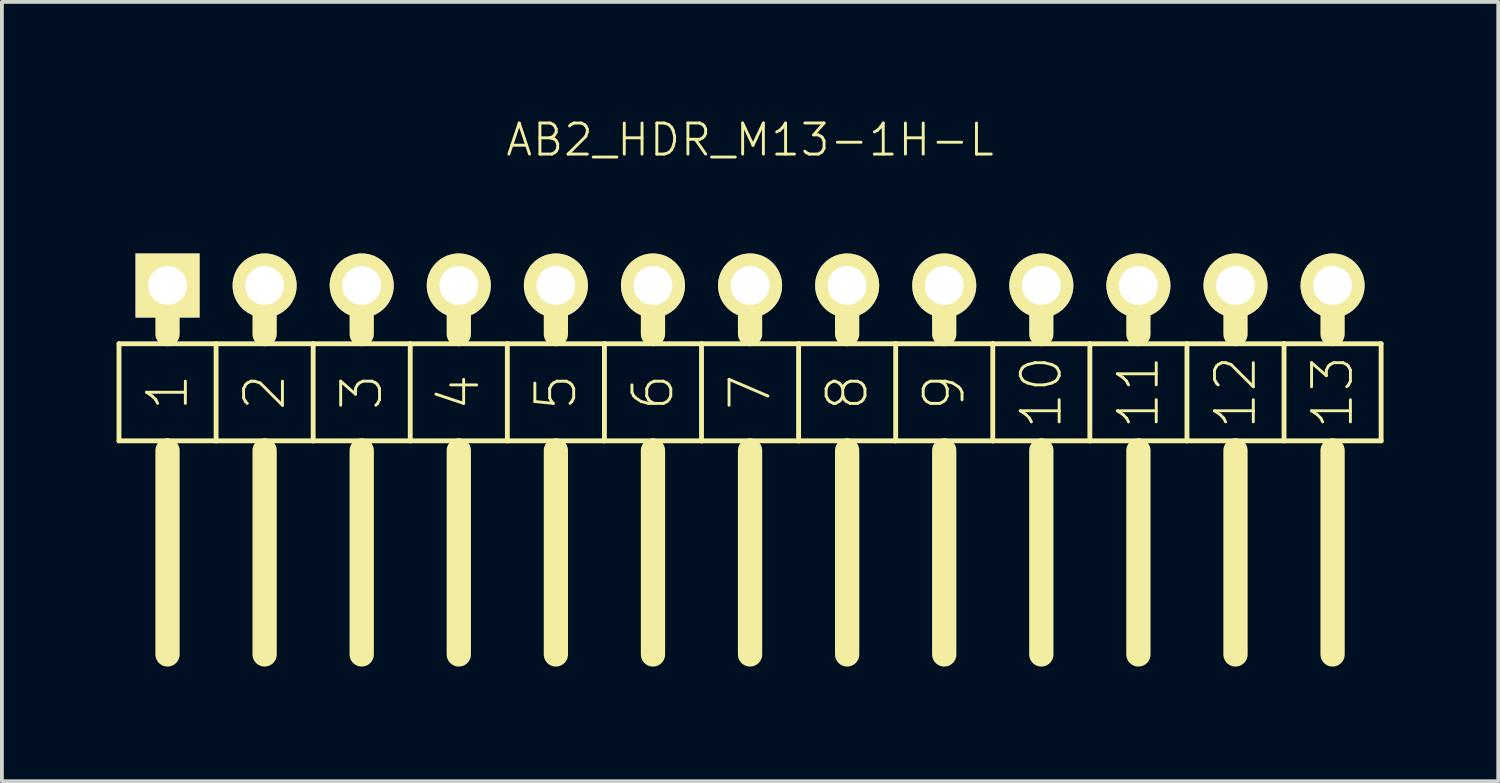
<source format=kicad_pcb>
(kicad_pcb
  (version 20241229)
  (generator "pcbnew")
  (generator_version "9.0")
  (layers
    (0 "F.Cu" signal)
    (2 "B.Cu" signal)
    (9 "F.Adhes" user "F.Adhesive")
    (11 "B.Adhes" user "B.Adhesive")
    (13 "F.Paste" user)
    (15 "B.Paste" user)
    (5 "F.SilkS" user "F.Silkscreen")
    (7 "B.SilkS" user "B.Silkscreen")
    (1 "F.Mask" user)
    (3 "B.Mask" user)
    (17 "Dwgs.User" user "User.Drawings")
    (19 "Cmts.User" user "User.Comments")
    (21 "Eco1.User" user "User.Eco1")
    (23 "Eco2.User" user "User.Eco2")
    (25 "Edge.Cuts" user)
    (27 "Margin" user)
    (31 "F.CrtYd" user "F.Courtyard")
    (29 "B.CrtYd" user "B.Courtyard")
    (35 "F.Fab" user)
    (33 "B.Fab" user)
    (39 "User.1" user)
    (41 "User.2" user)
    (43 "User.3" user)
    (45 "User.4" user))
  (footprint "AB2_HDR_M13-1H-L"
    (layer "F.Cu")
    (at 16.573 4.419)
    (property "Reference" "AB2_HDR_M13-1H-L" (at 0 -3.81 0) (layer "F.SilkS") (effects (font (size 0.813 0.813) (thickness 0.076))))
    (attr through_hole)
    (fp_line (start -16.51 1.524) (end -16.51 4.064) (stroke (width 0.127) (type solid)) (layer "F.SilkS"))
    (fp_line (start -16.51 4.064) (end -15.24 4.064) (stroke (width 0.127) (type solid)) (layer "F.SilkS"))
    (fp_line (start -15.24 0) (end -15.24 1.27) (stroke (width 0.635) (type solid)) (layer "F.SilkS"))
    (fp_line (start -15.24 1.524) (end -16.51 1.524) (stroke (width 0.127) (type solid)) (layer "F.SilkS"))
    (fp_line (start -15.24 4.064) (end -13.97 4.064) (stroke (width 0.127) (type solid)) (layer "F.SilkS"))
    (fp_line (start -15.24 4.318) (end -15.24 9.652) (stroke (width 0.635) (type solid)) (layer "F.SilkS"))
    (fp_line (start -13.97 1.524) (end -15.24 1.524) (stroke (width 0.127) (type solid)) (layer "F.SilkS"))
    (fp_line (start -13.97 4.064) (end -13.97 1.524) (stroke (width 0.127) (type solid)) (layer "F.SilkS"))
    (fp_line (start -13.97 4.064) (end -12.7 4.064) (stroke (width 0.127) (type solid)) (layer "F.SilkS"))
    (fp_line (start -12.7 0) (end -12.7 1.27) (stroke (width 0.635) (type solid)) (layer "F.SilkS"))
    (fp_line (start -12.7 1.524) (end -13.97 1.524) (stroke (width 0.127) (type solid)) (layer "F.SilkS"))
    (fp_line (start -12.7 4.064) (end -11.43 4.064) (stroke (width 0.127) (type solid)) (layer "F.SilkS"))
    (fp_line (start -12.7 4.318) (end -12.7 9.652) (stroke (width 0.635) (type solid)) (layer "F.SilkS"))
    (fp_line (start -11.43 1.524) (end -12.7 1.524) (stroke (width 0.127) (type solid)) (layer "F.SilkS"))
    (fp_line (start -11.43 4.064) (end -11.43 1.524) (stroke (width 0.127) (type solid)) (layer "F.SilkS"))
    (fp_line (start -11.43 4.064) (end -10.16 4.064) (stroke (width 0.127) (type solid)) (layer "F.SilkS"))
    (fp_line (start -10.16 0) (end -10.16 1.27) (stroke (width 0.635) (type solid)) (layer "F.SilkS"))
    (fp_line (start -10.16 1.524) (end -11.43 1.524) (stroke (width 0.127) (type solid)) (layer "F.SilkS"))
    (fp_line (start -10.16 4.064) (end -8.89 4.064) (stroke (width 0.127) (type solid)) (layer "F.SilkS"))
    (fp_line (start -10.16 4.318) (end -10.16 9.652) (stroke (width 0.635) (type solid)) (layer "F.SilkS"))
    (fp_line (start -8.89 1.524) (end -10.16 1.524) (stroke (width 0.127) (type solid)) (layer "F.SilkS"))
    (fp_line (start -8.89 4.064) (end -8.89 1.524) (stroke (width 0.127) (type solid)) (layer "F.SilkS"))
    (fp_line (start -8.89 4.064) (end -7.62 4.064) (stroke (width 0.127) (type solid)) (layer "F.SilkS"))
    (fp_line (start -7.62 0) (end -7.62 1.27) (stroke (width 0.635) (type solid)) (layer "F.SilkS"))
    (fp_line (start -7.62 1.524) (end -8.89 1.524) (stroke (width 0.127) (type solid)) (layer "F.SilkS"))
    (fp_line (start -7.62 4.064) (end -6.35 4.064) (stroke (width 0.127) (type solid)) (layer "F.SilkS"))
    (fp_line (start -7.62 4.318) (end -7.62 9.652) (stroke (width 0.635) (type solid)) (layer "F.SilkS"))
    (fp_line (start -6.35 1.524) (end -7.62 1.524) (stroke (width 0.127) (type solid)) (layer "F.SilkS"))
    (fp_line (start -6.35 4.064) (end -6.35 1.524) (stroke (width 0.127) (type solid)) (layer "F.SilkS"))
    (fp_line (start -6.35 4.064) (end -5.08 4.064) (stroke (width 0.127) (type solid)) (layer "F.SilkS"))
    (fp_line (start -5.08 0) (end -5.08 1.27) (stroke (width 0.635) (type solid)) (layer "F.SilkS"))
    (fp_line (start -5.08 1.524) (end -6.35 1.524) (stroke (width 0.127) (type solid)) (layer "F.SilkS"))
    (fp_line (start -5.08 4.064) (end -3.81 4.064) (stroke (width 0.127) (type solid)) (layer "F.SilkS"))
    (fp_line (start -5.08 4.318) (end -5.08 9.652) (stroke (width 0.635) (type solid)) (layer "F.SilkS"))
    (fp_line (start -3.81 1.524) (end -5.08 1.524) (stroke (width 0.127) (type solid)) (layer "F.SilkS"))
    (fp_line (start -3.81 4.064) (end -3.81 1.524) (stroke (width 0.127) (type solid)) (layer "F.SilkS"))
    (fp_line (start -3.81 4.064) (end -2.54 4.064) (stroke (width 0.127) (type solid)) (layer "F.SilkS"))
    (fp_line (start -2.54 0) (end -2.54 1.27) (stroke (width 0.635) (type solid)) (layer "F.SilkS"))
    (fp_line (start -2.54 1.524) (end -3.81 1.524) (stroke (width 0.127) (type solid)) (layer "F.SilkS"))
    (fp_line (start -2.54 4.064) (end -1.27 4.064) (stroke (width 0.127) (type solid)) (layer "F.SilkS"))
    (fp_line (start -2.54 4.318) (end -2.54 9.652) (stroke (width 0.635) (type solid)) (layer "F.SilkS"))
    (fp_line (start -1.27 1.524) (end -2.54 1.524) (stroke (width 0.127) (type solid)) (layer "F.SilkS"))
    (fp_line (start -1.27 4.064) (end -1.27 1.524) (stroke (width 0.127) (type solid)) (layer "F.SilkS"))
    (fp_line (start -1.27 4.064) (end 0 4.064) (stroke (width 0.127) (type solid)) (layer "F.SilkS"))
    (fp_line (start 0 0) (end 0 1.27) (stroke (width 0.635) (type solid)) (layer "F.SilkS"))
    (fp_line (start 0 1.524) (end -1.27 1.524) (stroke (width 0.127) (type solid)) (layer "F.SilkS"))
    (fp_line (start 0 4.064) (end 1.27 4.064) (stroke (width 0.127) (type solid)) (layer "F.SilkS"))
    (fp_line (start 0 4.318) (end 0 9.652) (stroke (width 0.635) (type solid)) (layer "F.SilkS"))
    (fp_line (start 1.27 1.524) (end 0 1.524) (stroke (width 0.127) (type solid)) (layer "F.SilkS"))
    (fp_line (start 1.27 4.064) (end 1.27 1.524) (stroke (width 0.127) (type solid)) (layer "F.SilkS"))
    (fp_line (start 1.27 4.064) (end 2.54 4.064) (stroke (width 0.127) (type solid)) (layer "F.SilkS"))
    (fp_line (start 2.54 0) (end 2.54 1.27) (stroke (width 0.635) (type solid)) (layer "F.SilkS"))
    (fp_line (start 2.54 1.524) (end 1.27 1.524) (stroke (width 0.127) (type solid)) (layer "F.SilkS"))
    (fp_line (start 2.54 4.064) (end 3.81 4.064) (stroke (width 0.127) (type solid)) (layer "F.SilkS"))
    (fp_line (start 2.54 4.318) (end 2.54 9.652) (stroke (width 0.635) (type solid)) (layer "F.SilkS"))
    (fp_line (start 3.81 1.524) (end 2.54 1.524) (stroke (width 0.127) (type solid)) (layer "F.SilkS"))
    (fp_line (start 3.81 4.064) (end 3.81 1.524) (stroke (width 0.127) (type solid)) (layer "F.SilkS"))
    (fp_line (start 3.81 4.064) (end 5.08 4.064) (stroke (width 0.127) (type solid)) (layer "F.SilkS"))
    (fp_line (start 5.08 0) (end 5.08 1.27) (stroke (width 0.635) (type solid)) (layer "F.SilkS"))
    (fp_line (start 5.08 1.524) (end 3.81 1.524) (stroke (width 0.127) (type solid)) (layer "F.SilkS"))
    (fp_line (start 5.08 4.064) (end 6.35 4.064) (stroke (width 0.127) (type solid)) (layer "F.SilkS"))
    (fp_line (start 5.08 4.318) (end 5.08 9.652) (stroke (width 0.635) (type solid)) (layer "F.SilkS"))
    (fp_line (start 6.35 1.524) (end 5.08 1.524) (stroke (width 0.127) (type solid)) (layer "F.SilkS"))
    (fp_line (start 6.35 4.064) (end 6.35 1.524) (stroke (width 0.127) (type solid)) (layer "F.SilkS"))
    (fp_line (start 6.35 4.064) (end 7.62 4.064) (stroke (width 0.127) (type solid)) (layer "F.SilkS"))
    (fp_line (start 7.62 0) (end 7.62 1.27) (stroke (width 0.635) (type solid)) (layer "F.SilkS"))
    (fp_line (start 7.62 1.524) (end 6.35 1.524) (stroke (width 0.127) (type solid)) (layer "F.SilkS"))
    (fp_line (start 7.62 4.064) (end 8.89 4.064) (stroke (width 0.127) (type solid)) (layer "F.SilkS"))
    (fp_line (start 7.62 4.318) (end 7.62 9.652) (stroke (width 0.635) (type solid)) (layer "F.SilkS"))
    (fp_line (start 8.89 1.524) (end 7.62 1.524) (stroke (width 0.127) (type solid)) (layer "F.SilkS"))
    (fp_line (start 8.89 4.064) (end 8.89 1.524) (stroke (width 0.127) (type solid)) (layer "F.SilkS"))
    (fp_line (start 8.89 4.064) (end 10.16 4.064) (stroke (width 0.127) (type solid)) (layer "F.SilkS"))
    (fp_line (start 10.16 0) (end 10.16 1.27) (stroke (width 0.635) (type solid)) (layer "F.SilkS"))
    (fp_line (start 10.16 1.524) (end 8.89 1.524) (stroke (width 0.127) (type solid)) (layer "F.SilkS"))
    (fp_line (start 10.16 4.064) (end 11.43 4.064) (stroke (width 0.127) (type solid)) (layer "F.SilkS"))
    (fp_line (start 10.16 4.318) (end 10.16 9.652) (stroke (width 0.635) (type solid)) (layer "F.SilkS"))
    (fp_line (start 11.43 1.524) (end 10.16 1.524) (stroke (width 0.127) (type solid)) (layer "F.SilkS"))
    (fp_line (start 11.43 4.064) (end 11.43 1.524) (stroke (width 0.127) (type solid)) (layer "F.SilkS"))
    (fp_line (start 11.43 4.064) (end 12.7 4.064) (stroke (width 0.127) (type solid)) (layer "F.SilkS"))
    (fp_line (start 12.7 0) (end 12.7 1.27) (stroke (width 0.635) (type solid)) (layer "F.SilkS"))
    (fp_line (start 12.7 1.524) (end 11.43 1.524) (stroke (width 0.127) (type solid)) (layer "F.SilkS"))
    (fp_line (start 12.7 4.064) (end 13.97 4.064) (stroke (width 0.127) (type solid)) (layer "F.SilkS"))
    (fp_line (start 12.7 4.318) (end 12.7 9.652) (stroke (width 0.635) (type solid)) (layer "F.SilkS"))
    (fp_line (start 13.97 1.524) (end 12.7 1.524) (stroke (width 0.127) (type solid)) (layer "F.SilkS"))
    (fp_line (start 13.97 4.064) (end 13.97 1.524) (stroke (width 0.127) (type solid)) (layer "F.SilkS"))
    (fp_line (start 13.97 4.064) (end 15.24 4.064) (stroke (width 0.127) (type solid)) (layer "F.SilkS"))
    (fp_line (start 15.24 0) (end 15.24 1.27) (stroke (width 0.635) (type solid)) (layer "F.SilkS"))
    (fp_line (start 15.24 1.524) (end 13.97 1.524) (stroke (width 0.127) (type solid)) (layer "F.SilkS"))
    (fp_line (start 15.24 4.064) (end 16.51 4.064) (stroke (width 0.127) (type solid)) (layer "F.SilkS"))
    (fp_line (start 15.24 4.318) (end 15.24 9.652) (stroke (width 0.635) (type solid)) (layer "F.SilkS"))
    (fp_line (start 16.51 1.524) (end 15.24 1.524) (stroke (width 0.127) (type solid)) (layer "F.SilkS"))
    (fp_line (start 16.51 4.064) (end 16.51 1.524) (stroke (width 0.127) (type solid)) (layer "F.SilkS"))
    (fp_text user "13" (at 15.24 2.794 90) (layer "F.SilkS") (effects (font (size 1.016 1.016) (thickness 0.076))))
    (fp_text user "11" (at 10.16 2.794 90) (layer "F.SilkS") (effects (font (size 1.016 1.016) (thickness 0.076))))
    (fp_text user "9" (at 5.08 2.794 90) (layer "F.SilkS") (effects (font (size 1.016 1.016) (thickness 0.076))))
    (fp_text user "5" (at -5.08 2.794 90) (layer "F.SilkS") (effects (font (size 1.016 1.016) (thickness 0.076))))
    (fp_text user "6" (at -2.54 2.794 90) (layer "F.SilkS") (effects (font (size 1.016 1.016) (thickness 0.076))))
    (fp_text user "1" (at -15.24 2.794 90) (layer "F.SilkS") (effects (font (size 1.016 1.016) (thickness 0.076))))
    (fp_text user "3" (at -10.16 2.794 90) (layer "F.SilkS") (effects (font (size 1.016 1.016) (thickness 0.076))))
    (fp_text user "7" (at 0 2.794 90) (layer "F.SilkS") (effects (font (size 1.016 1.016) (thickness 0.076))))
    (fp_text user "12" (at 12.7 2.794 90) (layer "F.SilkS") (effects (font (size 1.016 1.016) (thickness 0.076))))
    (fp_text user "8" (at 2.54 2.794 90) (layer "F.SilkS") (effects (font (size 1.016 1.016) (thickness 0.076))))
    (fp_text user "10" (at 7.62 2.794 90) (layer "F.SilkS") (effects (font (size 1.016 1.016) (thickness 0.076))))
    (fp_text user "2" (at -12.7 2.794 90) (layer "F.SilkS") (effects (font (size 1.016 1.016) (thickness 0.076))))
    (fp_text user "4" (at -7.62 2.794 90) (layer "F.SilkS") (effects (font (size 1.016 1.016) (thickness 0.076))))
    (pad "1" thru_hole rect (at -15.24 0) (size 1.676 1.676) (drill 1.016) (layers "*.Cu" "*.Mask" "F.SilkS"))
    (pad "2" thru_hole circle (at -12.7 0) (size 1.676 1.676) (drill 1.016) (layers "*.Cu" "*.Mask" "F.SilkS"))
    (pad "3" thru_hole circle (at -10.16 0) (size 1.676 1.676) (drill 1.016) (layers "*.Cu" "*.Mask" "F.SilkS"))
    (pad "4" thru_hole circle (at -7.62 0) (size 1.676 1.676) (drill 1.016) (layers "*.Cu" "*.Mask" "F.SilkS"))
    (pad "5" thru_hole circle (at -5.08 0) (size 1.676 1.676) (drill 1.016) (layers "*.Cu" "*.Mask" "F.SilkS"))
    (pad "6" thru_hole circle (at -2.54 0) (size 1.676 1.676) (drill 1.016) (layers "*.Cu" "*.Mask" "F.SilkS"))
    (pad "7" thru_hole circle (at 0 0) (size 1.676 1.676) (drill 1.016) (layers "*.Cu" "*.Mask" "F.SilkS"))
    (pad "8" thru_hole circle (at 2.54 0) (size 1.676 1.676) (drill 1.016) (layers "*.Cu" "*.Mask" "F.SilkS"))
    (pad "9" thru_hole circle (at 5.08 0) (size 1.676 1.676) (drill 1.016) (layers "*.Cu" "*.Mask" "F.SilkS"))
    (pad "10" thru_hole circle (at 7.62 0) (size 1.676 1.676) (drill 1.016) (layers "*.Cu" "*.Mask" "F.SilkS"))
    (pad "11" thru_hole circle (at 10.16 0) (size 1.676 1.676) (drill 1.016) (layers "*.Cu" "*.Mask" "F.SilkS"))
    (pad "12" thru_hole circle (at 12.7 0) (size 1.676 1.676) (drill 1.016) (layers "*.Cu" "*.Mask" "F.SilkS"))
    (pad "13" thru_hole circle (at 15.24 0) (size 1.676 1.676) (drill 1.016) (layers "*.Cu" "*.Mask" "F.SilkS")))
  (gr_rect
    (start -3 -3)
    (end 36.147 17.389)
    (stroke (width 0.1) (type default))
    (fill no)
    (layer "Edge.Cuts")))
</source>
